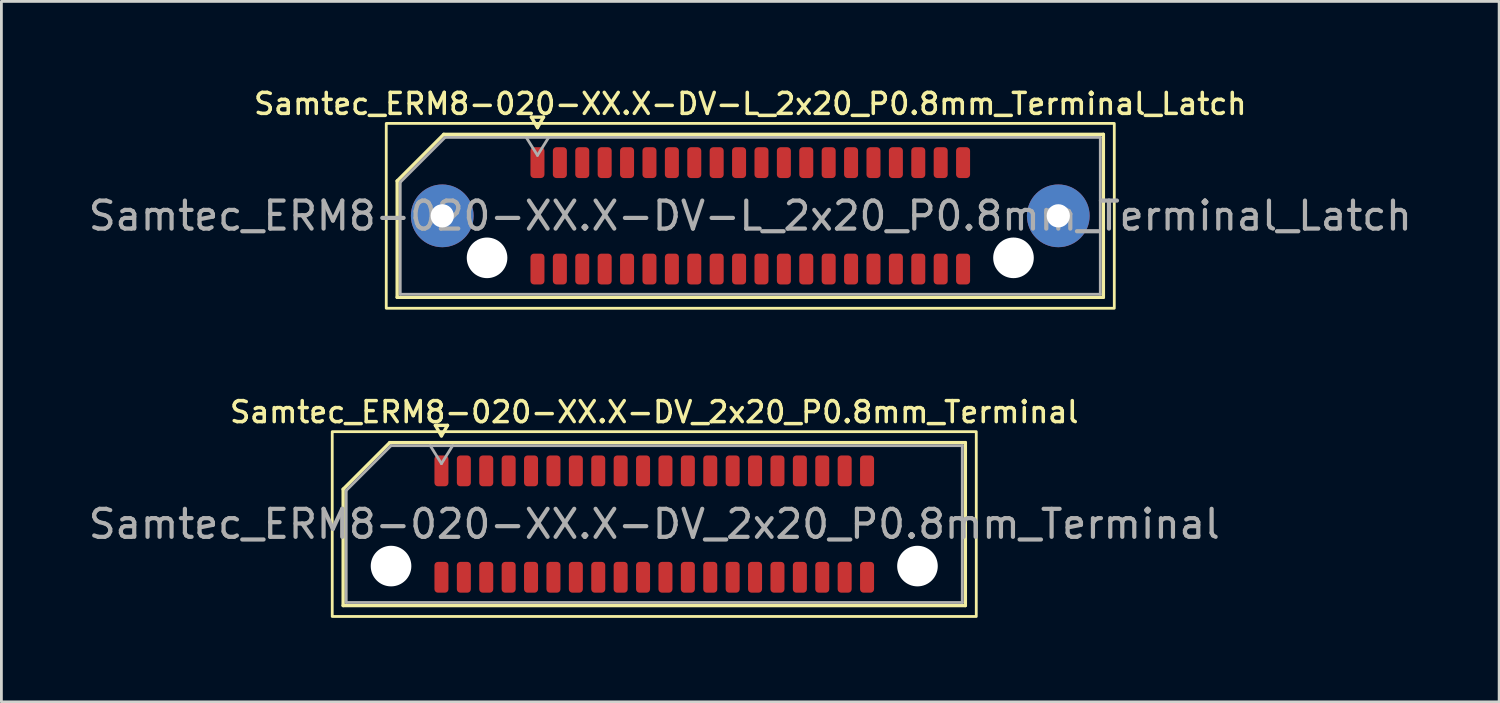
<source format=kicad_pcb>
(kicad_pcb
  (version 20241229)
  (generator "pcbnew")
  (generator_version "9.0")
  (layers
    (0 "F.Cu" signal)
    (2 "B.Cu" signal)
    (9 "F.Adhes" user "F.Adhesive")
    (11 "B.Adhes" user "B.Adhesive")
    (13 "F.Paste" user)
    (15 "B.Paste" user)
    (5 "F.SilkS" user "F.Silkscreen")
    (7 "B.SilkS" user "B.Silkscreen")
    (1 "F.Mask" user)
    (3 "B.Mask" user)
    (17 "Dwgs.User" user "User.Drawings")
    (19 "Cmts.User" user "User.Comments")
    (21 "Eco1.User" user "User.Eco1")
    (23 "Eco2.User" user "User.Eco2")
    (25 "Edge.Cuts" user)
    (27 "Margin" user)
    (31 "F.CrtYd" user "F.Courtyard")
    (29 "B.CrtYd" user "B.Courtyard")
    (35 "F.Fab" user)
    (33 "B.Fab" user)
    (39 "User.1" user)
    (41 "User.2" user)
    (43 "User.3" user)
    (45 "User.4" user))
  (footprint "Samtec_ERM8-020-XX.X-DV_2x20_P0.8mm_Terminal"
    (layer "F.Cu")
    (at 20.315 15.666)
    (property "Reference" "Samtec_ERM8-020-XX.X-DV_2x20_P0.8mm_Terminal" (at 0 -4 0) (layer "F.SilkS") (effects (font (size 0.75 0.75) (thickness 0.125))))
    (attr smd)
    (fp_line (start -11.11 -1.246) (end -9.446 -2.91) (stroke (width 0.12) (type solid)) (layer "F.SilkS"))
    (fp_line (start -11.11 2.91) (end -11.11 -1.246) (stroke (width 0.12) (type solid)) (layer "F.SilkS"))
    (fp_line (start -9.446 -2.91) (end 11.11 -2.91) (stroke (width 0.12) (type solid)) (layer "F.SilkS"))
    (fp_line (start -7.817 -3.525) (end -7.6 -3.15) (stroke (width 0.12) (type solid)) (layer "F.SilkS"))
    (fp_line (start -7.6 -3.15) (end -7.383 -3.525) (stroke (width 0.12) (type solid)) (layer "F.SilkS"))
    (fp_line (start -7.383 -3.525) (end -7.817 -3.525) (stroke (width 0.12) (type solid)) (layer "F.SilkS"))
    (fp_line (start 11.11 -2.91) (end 11.11 2.91) (stroke (width 0.12) (type solid)) (layer "F.SilkS"))
    (fp_line (start 11.11 2.91) (end -11.11 2.91) (stroke (width 0.12) (type solid)) (layer "F.SilkS"))
    (fp_rect (start -11.5 -3.3) (end 11.5 3.3) (stroke (width 0.1) (type solid)) (fill no) (layer "F.SilkS"))
    (fp_line (start -11 -1.2) (end -9.4 -2.8) (stroke (width 0.1) (type solid)) (layer "F.Fab"))
    (fp_line (start -11 2.8) (end -11 -1.2) (stroke (width 0.1) (type solid)) (layer "F.Fab"))
    (fp_line (start -9.4 -2.8) (end 11 -2.8) (stroke (width 0.1) (type solid)) (layer "F.Fab"))
    (fp_line (start -8 -2.8) (end -7.6 -2.16) (stroke (width 0.1) (type solid)) (layer "F.Fab"))
    (fp_line (start -7.6 -2.16) (end -7.2 -2.8) (stroke (width 0.1) (type solid)) (layer "F.Fab"))
    (fp_line (start 11 -2.8) (end 11 2.8) (stroke (width 0.1) (type solid)) (layer "F.Fab"))
    (fp_line (start 11 2.8) (end -11 2.8) (stroke (width 0.1) (type solid)) (layer "F.Fab"))
    (fp_text user "${REFERENCE}" (at 0 0 0) (layer "F.Fab") (effects (font (size 1 1) (thickness 0.15))))
    (pad "" np_thru_hole circle (at -9.4 1.5) (size 1.45 1.45) (drill 1.45) (layers "*.Cu" "*.Mask"))
    (pad "" np_thru_hole circle (at 9.4 1.5) (size 1.45 1.45) (drill 1.45) (layers "*.Cu" "*.Mask"))
    (pad "1" smd roundrect (at -7.6 -1.9) (size 0.5 1.1) (layers "F.Cu" "F.Mask" "F.Paste") (roundrect_rratio 0.25))
    (pad "2" smd roundrect (at -7.6 1.9) (size 0.5 1.1) (layers "F.Cu" "F.Mask" "F.Paste") (roundrect_rratio 0.25))
    (pad "3" smd roundrect (at -6.8 -1.9) (size 0.5 1.1) (layers "F.Cu" "F.Mask" "F.Paste") (roundrect_rratio 0.25))
    (pad "4" smd roundrect (at -6.8 1.9) (size 0.5 1.1) (layers "F.Cu" "F.Mask" "F.Paste") (roundrect_rratio 0.25))
    (pad "5" smd roundrect (at -6 -1.9) (size 0.5 1.1) (layers "F.Cu" "F.Mask" "F.Paste") (roundrect_rratio 0.25))
    (pad "6" smd roundrect (at -6 1.9) (size 0.5 1.1) (layers "F.Cu" "F.Mask" "F.Paste") (roundrect_rratio 0.25))
    (pad "7" smd roundrect (at -5.2 -1.9) (size 0.5 1.1) (layers "F.Cu" "F.Mask" "F.Paste") (roundrect_rratio 0.25))
    (pad "8" smd roundrect (at -5.2 1.9) (size 0.5 1.1) (layers "F.Cu" "F.Mask" "F.Paste") (roundrect_rratio 0.25))
    (pad "9" smd roundrect (at -4.4 -1.9) (size 0.5 1.1) (layers "F.Cu" "F.Mask" "F.Paste") (roundrect_rratio 0.25))
    (pad "10" smd roundrect (at -4.4 1.9) (size 0.5 1.1) (layers "F.Cu" "F.Mask" "F.Paste") (roundrect_rratio 0.25))
    (pad "11" smd roundrect (at -3.6 -1.9) (size 0.5 1.1) (layers "F.Cu" "F.Mask" "F.Paste") (roundrect_rratio 0.25))
    (pad "12" smd roundrect (at -3.6 1.9) (size 0.5 1.1) (layers "F.Cu" "F.Mask" "F.Paste") (roundrect_rratio 0.25))
    (pad "13" smd roundrect (at -2.8 -1.9) (size 0.5 1.1) (layers "F.Cu" "F.Mask" "F.Paste") (roundrect_rratio 0.25))
    (pad "14" smd roundrect (at -2.8 1.9) (size 0.5 1.1) (layers "F.Cu" "F.Mask" "F.Paste") (roundrect_rratio 0.25))
    (pad "15" smd roundrect (at -2 -1.9) (size 0.5 1.1) (layers "F.Cu" "F.Mask" "F.Paste") (roundrect_rratio 0.25))
    (pad "16" smd roundrect (at -2 1.9) (size 0.5 1.1) (layers "F.Cu" "F.Mask" "F.Paste") (roundrect_rratio 0.25))
    (pad "17" smd roundrect (at -1.2 -1.9) (size 0.5 1.1) (layers "F.Cu" "F.Mask" "F.Paste") (roundrect_rratio 0.25))
    (pad "18" smd roundrect (at -1.2 1.9) (size 0.5 1.1) (layers "F.Cu" "F.Mask" "F.Paste") (roundrect_rratio 0.25))
    (pad "19" smd roundrect (at -0.4 -1.9) (size 0.5 1.1) (layers "F.Cu" "F.Mask" "F.Paste") (roundrect_rratio 0.25))
    (pad "20" smd roundrect (at -0.4 1.9) (size 0.5 1.1) (layers "F.Cu" "F.Mask" "F.Paste") (roundrect_rratio 0.25))
    (pad "21" smd roundrect (at 0.4 -1.9) (size 0.5 1.1) (layers "F.Cu" "F.Mask" "F.Paste") (roundrect_rratio 0.25))
    (pad "22" smd roundrect (at 0.4 1.9) (size 0.5 1.1) (layers "F.Cu" "F.Mask" "F.Paste") (roundrect_rratio 0.25))
    (pad "23" smd roundrect (at 1.2 -1.9) (size 0.5 1.1) (layers "F.Cu" "F.Mask" "F.Paste") (roundrect_rratio 0.25))
    (pad "24" smd roundrect (at 1.2 1.9) (size 0.5 1.1) (layers "F.Cu" "F.Mask" "F.Paste") (roundrect_rratio 0.25))
    (pad "25" smd roundrect (at 2 -1.9) (size 0.5 1.1) (layers "F.Cu" "F.Mask" "F.Paste") (roundrect_rratio 0.25))
    (pad "26" smd roundrect (at 2 1.9) (size 0.5 1.1) (layers "F.Cu" "F.Mask" "F.Paste") (roundrect_rratio 0.25))
    (pad "27" smd roundrect (at 2.8 -1.9) (size 0.5 1.1) (layers "F.Cu" "F.Mask" "F.Paste") (roundrect_rratio 0.25))
    (pad "28" smd roundrect (at 2.8 1.9) (size 0.5 1.1) (layers "F.Cu" "F.Mask" "F.Paste") (roundrect_rratio 0.25))
    (pad "29" smd roundrect (at 3.6 -1.9) (size 0.5 1.1) (layers "F.Cu" "F.Mask" "F.Paste") (roundrect_rratio 0.25))
    (pad "30" smd roundrect (at 3.6 1.9) (size 0.5 1.1) (layers "F.Cu" "F.Mask" "F.Paste") (roundrect_rratio 0.25))
    (pad "31" smd roundrect (at 4.4 -1.9) (size 0.5 1.1) (layers "F.Cu" "F.Mask" "F.Paste") (roundrect_rratio 0.25))
    (pad "32" smd roundrect (at 4.4 1.9) (size 0.5 1.1) (layers "F.Cu" "F.Mask" "F.Paste") (roundrect_rratio 0.25))
    (pad "33" smd roundrect (at 5.2 -1.9) (size 0.5 1.1) (layers "F.Cu" "F.Mask" "F.Paste") (roundrect_rratio 0.25))
    (pad "34" smd roundrect (at 5.2 1.9) (size 0.5 1.1) (layers "F.Cu" "F.Mask" "F.Paste") (roundrect_rratio 0.25))
    (pad "35" smd roundrect (at 6 -1.9) (size 0.5 1.1) (layers "F.Cu" "F.Mask" "F.Paste") (roundrect_rratio 0.25))
    (pad "36" smd roundrect (at 6 1.9) (size 0.5 1.1) (layers "F.Cu" "F.Mask" "F.Paste") (roundrect_rratio 0.25))
    (pad "37" smd roundrect (at 6.8 -1.9) (size 0.5 1.1) (layers "F.Cu" "F.Mask" "F.Paste") (roundrect_rratio 0.25))
    (pad "38" smd roundrect (at 6.8 1.9) (size 0.5 1.1) (layers "F.Cu" "F.Mask" "F.Paste") (roundrect_rratio 0.25))
    (pad "39" smd roundrect (at 7.6 -1.9) (size 0.5 1.1) (layers "F.Cu" "F.Mask" "F.Paste") (roundrect_rratio 0.25))
    (pad "40" smd roundrect (at 7.6 1.9) (size 0.5 1.1) (layers "F.Cu" "F.Mask" "F.Paste") (roundrect_rratio 0.25)))
  (footprint "Samtec_ERM8-020-XX.X-DV-L_2x20_P0.8mm_Terminal_Latch"
    (layer "F.Cu")
    (at 23.744 4.658)
    (property "Reference" "Samtec_ERM8-020-XX.X-DV-L_2x20_P0.8mm_Terminal_Latch" (at 0 -4 0) (layer "F.SilkS") (effects (font (size 0.75 0.75) (thickness 0.125))))
    (attr smd)
    (fp_line (start -12.61 -1.246) (end -10.946 -2.91) (stroke (width 0.12) (type solid)) (layer "F.SilkS"))
    (fp_line (start -12.61 2.91) (end -12.61 -1.246) (stroke (width 0.12) (type solid)) (layer "F.SilkS"))
    (fp_line (start -10.946 -2.91) (end 12.61 -2.91) (stroke (width 0.12) (type solid)) (layer "F.SilkS"))
    (fp_line (start -7.817 -3.525) (end -7.6 -3.15) (stroke (width 0.12) (type solid)) (layer "F.SilkS"))
    (fp_line (start -7.6 -3.15) (end -7.383 -3.525) (stroke (width 0.12) (type solid)) (layer "F.SilkS"))
    (fp_line (start -7.383 -3.525) (end -7.817 -3.525) (stroke (width 0.12) (type solid)) (layer "F.SilkS"))
    (fp_line (start 12.61 -2.91) (end 12.61 2.91) (stroke (width 0.12) (type solid)) (layer "F.SilkS"))
    (fp_line (start 12.61 2.91) (end -12.61 2.91) (stroke (width 0.12) (type solid)) (layer "F.SilkS"))
    (fp_rect (start -13 -3.3) (end 13 3.3) (stroke (width 0.1) (type solid)) (fill no) (layer "F.SilkS"))
    (fp_line (start -12.5 -1.2) (end -10.9 -2.8) (stroke (width 0.1) (type solid)) (layer "F.Fab"))
    (fp_line (start -12.5 2.8) (end -12.5 -1.2) (stroke (width 0.1) (type solid)) (layer "F.Fab"))
    (fp_line (start -10.9 -2.8) (end 12.5 -2.8) (stroke (width 0.1) (type solid)) (layer "F.Fab"))
    (fp_line (start -8 -2.8) (end -7.6 -2.16) (stroke (width 0.1) (type solid)) (layer "F.Fab"))
    (fp_line (start -7.6 -2.16) (end -7.2 -2.8) (stroke (width 0.1) (type solid)) (layer "F.Fab"))
    (fp_line (start 12.5 -2.8) (end 12.5 2.8) (stroke (width 0.1) (type solid)) (layer "F.Fab"))
    (fp_line (start 12.5 2.8) (end -12.5 2.8) (stroke (width 0.1) (type solid)) (layer "F.Fab"))
    (fp_text user "${REFERENCE}" (at 0 0 0) (layer "F.Fab") (effects (font (size 1 1) (thickness 0.15))))
    (pad "" thru_hole circle (at -11 0) (size 2.24 2.24) (drill 0.83) (layers "*.Cu" "*.Mask" "F.Paste"))
    (pad "" np_thru_hole circle (at -9.4 1.5) (size 1.45 1.45) (drill 1.45) (layers "*.Cu" "*.Mask"))
    (pad "" np_thru_hole circle (at 9.4 1.5) (size 1.45 1.45) (drill 1.45) (layers "*.Cu" "*.Mask"))
    (pad "" thru_hole circle (at 11 0) (size 2.24 2.24) (drill 0.83) (layers "*.Cu" "*.Mask" "F.Paste"))
    (pad "1" smd roundrect (at -7.6 -1.9) (size 0.5 1.1) (layers "F.Cu" "F.Mask" "F.Paste") (roundrect_rratio 0.25))
    (pad "2" smd roundrect (at -7.6 1.9) (size 0.5 1.1) (layers "F.Cu" "F.Mask" "F.Paste") (roundrect_rratio 0.25))
    (pad "3" smd roundrect (at -6.8 -1.9) (size 0.5 1.1) (layers "F.Cu" "F.Mask" "F.Paste") (roundrect_rratio 0.25))
    (pad "4" smd roundrect (at -6.8 1.9) (size 0.5 1.1) (layers "F.Cu" "F.Mask" "F.Paste") (roundrect_rratio 0.25))
    (pad "5" smd roundrect (at -6 -1.9) (size 0.5 1.1) (layers "F.Cu" "F.Mask" "F.Paste") (roundrect_rratio 0.25))
    (pad "6" smd roundrect (at -6 1.9) (size 0.5 1.1) (layers "F.Cu" "F.Mask" "F.Paste") (roundrect_rratio 0.25))
    (pad "7" smd roundrect (at -5.2 -1.9) (size 0.5 1.1) (layers "F.Cu" "F.Mask" "F.Paste") (roundrect_rratio 0.25))
    (pad "8" smd roundrect (at -5.2 1.9) (size 0.5 1.1) (layers "F.Cu" "F.Mask" "F.Paste") (roundrect_rratio 0.25))
    (pad "9" smd roundrect (at -4.4 -1.9) (size 0.5 1.1) (layers "F.Cu" "F.Mask" "F.Paste") (roundrect_rratio 0.25))
    (pad "10" smd roundrect (at -4.4 1.9) (size 0.5 1.1) (layers "F.Cu" "F.Mask" "F.Paste") (roundrect_rratio 0.25))
    (pad "11" smd roundrect (at -3.6 -1.9) (size 0.5 1.1) (layers "F.Cu" "F.Mask" "F.Paste") (roundrect_rratio 0.25))
    (pad "12" smd roundrect (at -3.6 1.9) (size 0.5 1.1) (layers "F.Cu" "F.Mask" "F.Paste") (roundrect_rratio 0.25))
    (pad "13" smd roundrect (at -2.8 -1.9) (size 0.5 1.1) (layers "F.Cu" "F.Mask" "F.Paste") (roundrect_rratio 0.25))
    (pad "14" smd roundrect (at -2.8 1.9) (size 0.5 1.1) (layers "F.Cu" "F.Mask" "F.Paste") (roundrect_rratio 0.25))
    (pad "15" smd roundrect (at -2 -1.9) (size 0.5 1.1) (layers "F.Cu" "F.Mask" "F.Paste") (roundrect_rratio 0.25))
    (pad "16" smd roundrect (at -2 1.9) (size 0.5 1.1) (layers "F.Cu" "F.Mask" "F.Paste") (roundrect_rratio 0.25))
    (pad "17" smd roundrect (at -1.2 -1.9) (size 0.5 1.1) (layers "F.Cu" "F.Mask" "F.Paste") (roundrect_rratio 0.25))
    (pad "18" smd roundrect (at -1.2 1.9) (size 0.5 1.1) (layers "F.Cu" "F.Mask" "F.Paste") (roundrect_rratio 0.25))
    (pad "19" smd roundrect (at -0.4 -1.9) (size 0.5 1.1) (layers "F.Cu" "F.Mask" "F.Paste") (roundrect_rratio 0.25))
    (pad "20" smd roundrect (at -0.4 1.9) (size 0.5 1.1) (layers "F.Cu" "F.Mask" "F.Paste") (roundrect_rratio 0.25))
    (pad "21" smd roundrect (at 0.4 -1.9) (size 0.5 1.1) (layers "F.Cu" "F.Mask" "F.Paste") (roundrect_rratio 0.25))
    (pad "22" smd roundrect (at 0.4 1.9) (size 0.5 1.1) (layers "F.Cu" "F.Mask" "F.Paste") (roundrect_rratio 0.25))
    (pad "23" smd roundrect (at 1.2 -1.9) (size 0.5 1.1) (layers "F.Cu" "F.Mask" "F.Paste") (roundrect_rratio 0.25))
    (pad "24" smd roundrect (at 1.2 1.9) (size 0.5 1.1) (layers "F.Cu" "F.Mask" "F.Paste") (roundrect_rratio 0.25))
    (pad "25" smd roundrect (at 2 -1.9) (size 0.5 1.1) (layers "F.Cu" "F.Mask" "F.Paste") (roundrect_rratio 0.25))
    (pad "26" smd roundrect (at 2 1.9) (size 0.5 1.1) (layers "F.Cu" "F.Mask" "F.Paste") (roundrect_rratio 0.25))
    (pad "27" smd roundrect (at 2.8 -1.9) (size 0.5 1.1) (layers "F.Cu" "F.Mask" "F.Paste") (roundrect_rratio 0.25))
    (pad "28" smd roundrect (at 2.8 1.9) (size 0.5 1.1) (layers "F.Cu" "F.Mask" "F.Paste") (roundrect_rratio 0.25))
    (pad "29" smd roundrect (at 3.6 -1.9) (size 0.5 1.1) (layers "F.Cu" "F.Mask" "F.Paste") (roundrect_rratio 0.25))
    (pad "30" smd roundrect (at 3.6 1.9) (size 0.5 1.1) (layers "F.Cu" "F.Mask" "F.Paste") (roundrect_rratio 0.25))
    (pad "31" smd roundrect (at 4.4 -1.9) (size 0.5 1.1) (layers "F.Cu" "F.Mask" "F.Paste") (roundrect_rratio 0.25))
    (pad "32" smd roundrect (at 4.4 1.9) (size 0.5 1.1) (layers "F.Cu" "F.Mask" "F.Paste") (roundrect_rratio 0.25))
    (pad "33" smd roundrect (at 5.2 -1.9) (size 0.5 1.1) (layers "F.Cu" "F.Mask" "F.Paste") (roundrect_rratio 0.25))
    (pad "34" smd roundrect (at 5.2 1.9) (size 0.5 1.1) (layers "F.Cu" "F.Mask" "F.Paste") (roundrect_rratio 0.25))
    (pad "35" smd roundrect (at 6 -1.9) (size 0.5 1.1) (layers "F.Cu" "F.Mask" "F.Paste") (roundrect_rratio 0.25))
    (pad "36" smd roundrect (at 6 1.9) (size 0.5 1.1) (layers "F.Cu" "F.Mask" "F.Paste") (roundrect_rratio 0.25))
    (pad "37" smd roundrect (at 6.8 -1.9) (size 0.5 1.1) (layers "F.Cu" "F.Mask" "F.Paste") (roundrect_rratio 0.25))
    (pad "38" smd roundrect (at 6.8 1.9) (size 0.5 1.1) (layers "F.Cu" "F.Mask" "F.Paste") (roundrect_rratio 0.25))
    (pad "39" smd roundrect (at 7.6 -1.9) (size 0.5 1.1) (layers "F.Cu" "F.Mask" "F.Paste") (roundrect_rratio 0.25))
    (pad "40" smd roundrect (at 7.6 1.9) (size 0.5 1.1) (layers "F.Cu" "F.Mask" "F.Paste") (roundrect_rratio 0.25)))
  (gr_rect
    (start -3 -3)
    (end 50.488 22.016)
    (stroke (width 0.1) (type default))
    (fill no)
    (layer "Edge.Cuts")))
</source>
